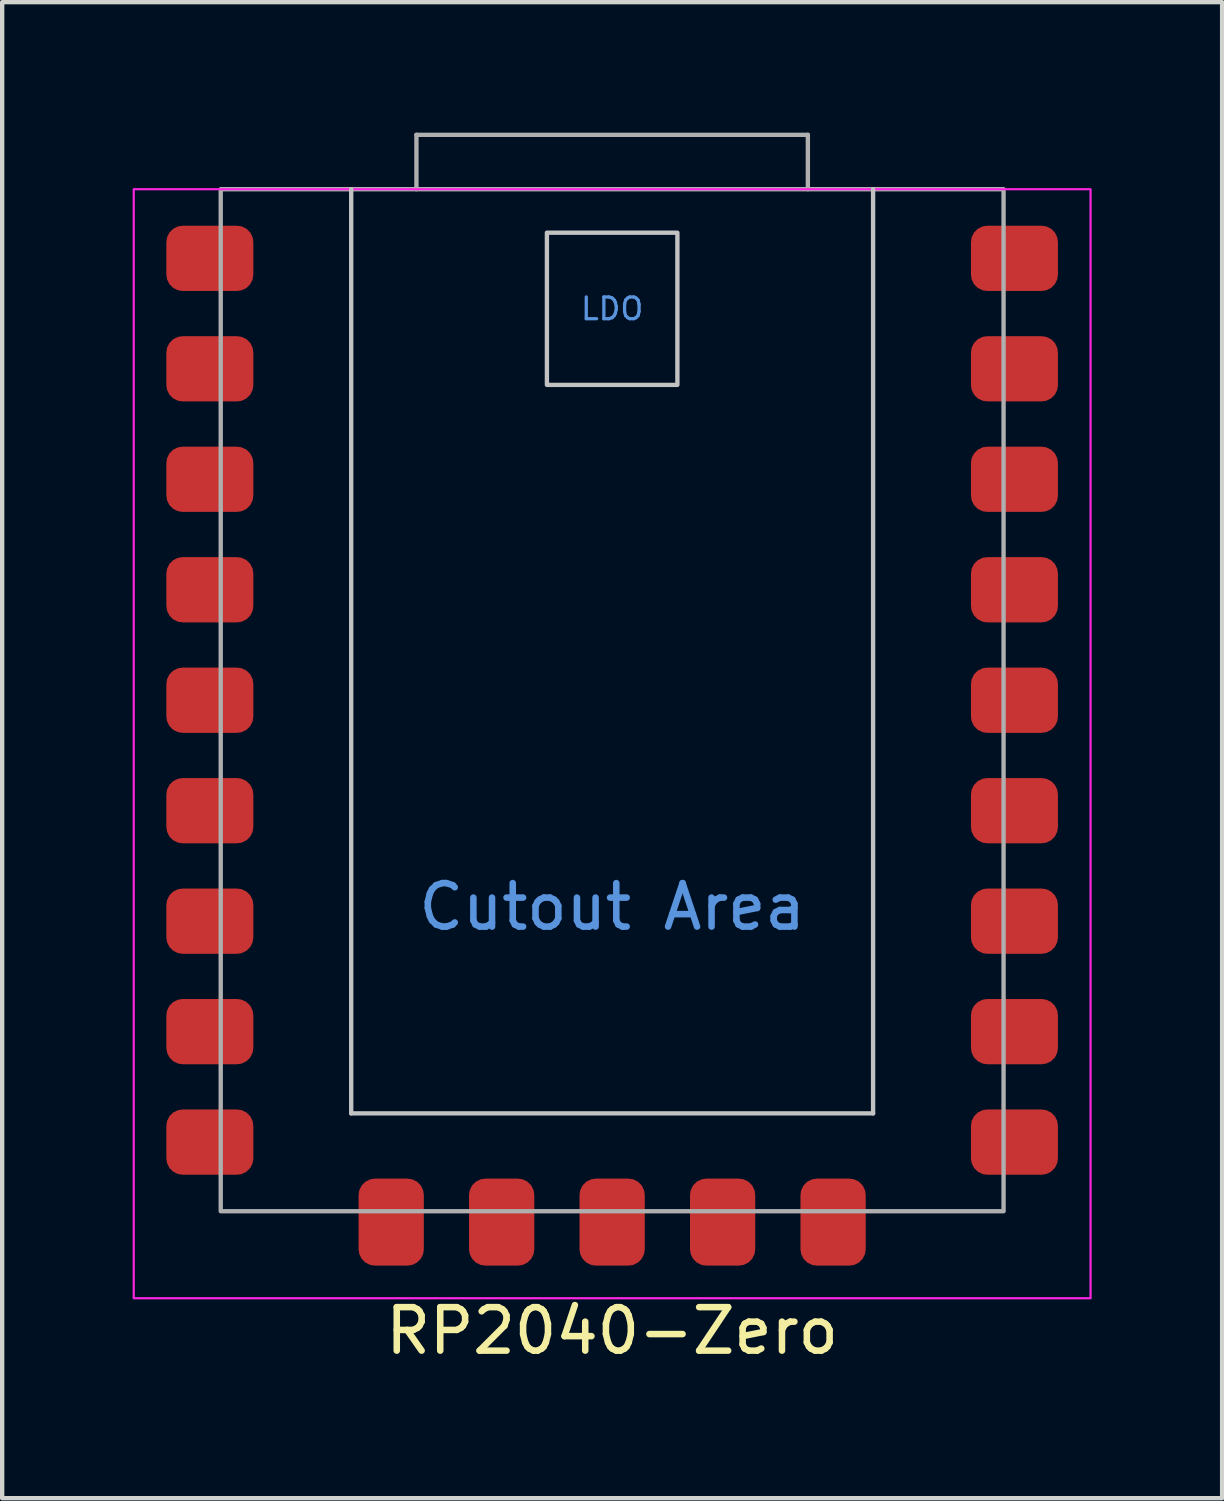
<source format=kicad_pcb>
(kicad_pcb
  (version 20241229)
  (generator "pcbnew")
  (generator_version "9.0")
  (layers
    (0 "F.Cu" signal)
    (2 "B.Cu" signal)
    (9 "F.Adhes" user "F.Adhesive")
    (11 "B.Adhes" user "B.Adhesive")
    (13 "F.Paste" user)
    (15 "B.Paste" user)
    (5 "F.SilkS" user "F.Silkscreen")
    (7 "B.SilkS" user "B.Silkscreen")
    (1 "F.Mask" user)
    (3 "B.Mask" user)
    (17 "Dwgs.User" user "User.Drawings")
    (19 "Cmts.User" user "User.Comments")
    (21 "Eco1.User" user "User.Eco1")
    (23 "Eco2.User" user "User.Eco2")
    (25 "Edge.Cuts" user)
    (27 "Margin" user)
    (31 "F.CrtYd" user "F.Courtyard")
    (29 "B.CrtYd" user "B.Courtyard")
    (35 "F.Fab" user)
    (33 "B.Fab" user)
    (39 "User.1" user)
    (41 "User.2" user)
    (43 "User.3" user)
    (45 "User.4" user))
  (footprint "RP2040-Zero"
    (layer "F.Cu")
    (at 11.025 13.05)
    (property "Reference" "RP2040-Zero" (at 0 14.5 0) (layer "F.SilkS") (effects (font (size 1 1) (thickness 0.15))))
    (attr smd exclude_from_pos_files)
    (fp_line (start -6 -11.75) (end -6 9.5) (stroke (width 0.1) (type solid)) (layer "Dwgs.User"))
    (fp_line (start -6 9.5) (end 6 9.5) (stroke (width 0.1) (type solid)) (layer "Dwgs.User"))
    (fp_line (start 6 9.5) (end 6 -11.75) (stroke (width 0.1) (type solid)) (layer "Dwgs.User"))
    (fp_rect (start -1.5 -10.75) (end 1.5 -7.25) (stroke (width 0.1) (type default)) (fill no) (layer "Dwgs.User"))
    (fp_rect (start -11 -11.75) (end 11 13.75) (stroke (width 0.05) (type default)) (fill no) (layer "F.CrtYd"))
    (fp_line (start -4.5 -13) (end 4.5 -13) (stroke (width 0.1) (type default)) (layer "F.Fab"))
    (fp_line (start -4.5 -11.75) (end -4.5 -13) (stroke (width 0.1) (type default)) (layer "F.Fab"))
    (fp_line (start 4.5 -13) (end 4.5 -11.75) (stroke (width 0.1) (type default)) (layer "F.Fab"))
    (fp_rect (start -9 -11.75) (end 9 11.75) (stroke (width 0.1) (type solid)) (fill no) (layer "F.Fab"))
    (fp_text user "Cutout Area" (at 0 4.75 0) (unlocked yes) (layer "Cmts.User") (effects (font (size 1 1) (thickness 0.15))))
    (fp_text user "LDO" (at 0 -9 0) (unlocked yes) (layer "Cmts.User") (effects (font (size 0.5 0.5) (thickness 0.075))))
    (pad "1" smd roundrect (at -9 -10.16 180) (size 2 1.5) (drill (offset 0.25 0)) (layers "F.Cu" "F.Mask" "F.Paste") (roundrect_rratio 0.25))
    (pad "2" smd roundrect (at -9 -7.62 180) (size 2 1.5) (drill (offset 0.25 0)) (layers "F.Cu" "F.Mask" "F.Paste") (roundrect_rratio 0.25))
    (pad "3" smd roundrect (at -9 -5.08 180) (size 2 1.5) (drill (offset 0.25 0)) (layers "F.Cu" "F.Mask" "F.Paste") (roundrect_rratio 0.25))
    (pad "4" smd roundrect (at -9 -2.54 180) (size 2 1.5) (drill (offset 0.25 0)) (layers "F.Cu" "F.Mask" "F.Paste") (roundrect_rratio 0.25))
    (pad "5" smd roundrect (at -9 0 180) (size 2 1.5) (drill (offset 0.25 0)) (layers "F.Cu" "F.Mask" "F.Paste") (roundrect_rratio 0.25))
    (pad "6" smd roundrect (at -9 2.54 180) (size 2 1.5) (drill (offset 0.25 0)) (layers "F.Cu" "F.Mask" "F.Paste") (roundrect_rratio 0.25))
    (pad "7" smd roundrect (at -9 5.08 180) (size 2 1.5) (drill (offset 0.25 0)) (layers "F.Cu" "F.Mask" "F.Paste") (roundrect_rratio 0.25))
    (pad "8" smd roundrect (at -9 7.62 180) (size 2 1.5) (drill (offset 0.25 0)) (layers "F.Cu" "F.Mask" "F.Paste") (roundrect_rratio 0.25))
    (pad "9" smd roundrect (at -9 10.16 180) (size 2 1.5) (drill (offset 0.25 0)) (layers "F.Cu" "F.Mask" "F.Paste") (roundrect_rratio 0.25))
    (pad "10" smd roundrect (at -5.08 11.75 270) (size 2 1.5) (drill (offset 0.25 0)) (layers "F.Cu" "F.Mask" "F.Paste") (roundrect_rratio 0.25))
    (pad "11" smd roundrect (at -2.54 11.75 270) (size 2 1.5) (drill (offset 0.25 0)) (layers "F.Cu" "F.Mask" "F.Paste") (roundrect_rratio 0.25))
    (pad "12" smd roundrect (at 0 11.75 270) (size 2 1.5) (drill (offset 0.25 0)) (layers "F.Cu" "F.Mask" "F.Paste") (roundrect_rratio 0.25))
    (pad "13" smd roundrect (at 2.54 11.75 270) (size 2 1.5) (drill (offset 0.25 0)) (layers "F.Cu" "F.Mask" "F.Paste") (roundrect_rratio 0.25))
    (pad "14" smd roundrect (at 5.08 11.75 270) (size 2 1.5) (drill (offset 0.25 0)) (layers "F.Cu" "F.Mask" "F.Paste") (roundrect_rratio 0.25))
    (pad "15" smd roundrect (at 9 10.16 180) (size 2 1.5) (drill (offset -0.25 0)) (layers "F.Cu" "F.Mask" "F.Paste") (roundrect_rratio 0.25))
    (pad "16" smd roundrect (at 9 7.62 180) (size 2 1.5) (drill (offset -0.25 0)) (layers "F.Cu" "F.Mask" "F.Paste") (roundrect_rratio 0.25))
    (pad "17" smd roundrect (at 9 5.08 180) (size 2 1.5) (drill (offset -0.25 0)) (layers "F.Cu" "F.Mask" "F.Paste") (roundrect_rratio 0.25))
    (pad "18" smd roundrect (at 9 2.54 180) (size 2 1.5) (drill (offset -0.25 0)) (layers "F.Cu" "F.Mask" "F.Paste") (roundrect_rratio 0.25))
    (pad "19" smd roundrect (at 9 0 180) (size 2 1.5) (drill (offset -0.25 0)) (layers "F.Cu" "F.Mask" "F.Paste") (roundrect_rratio 0.25))
    (pad "20" smd roundrect (at 9 -2.54 180) (size 2 1.5) (drill (offset -0.25 0)) (layers "F.Cu" "F.Mask" "F.Paste") (roundrect_rratio 0.25))
    (pad "21" smd roundrect (at 9 -5.08 180) (size 2 1.5) (drill (offset -0.25 0)) (layers "F.Cu" "F.Mask" "F.Paste") (roundrect_rratio 0.25))
    (pad "22" smd roundrect (at 9 -7.62 180) (size 2 1.5) (drill (offset -0.25 0)) (layers "F.Cu" "F.Mask" "F.Paste") (roundrect_rratio 0.25))
    (pad "23" smd roundrect (at 9 -10.16 180) (size 2 1.5) (drill (offset -0.25 0)) (layers "F.Cu" "F.Mask" "F.Paste") (roundrect_rratio 0.25)))
  (gr_rect
    (start -3 -3)
    (end 25.05 31.398)
    (stroke (width 0.1) (type default))
    (fill no)
    (layer "Edge.Cuts")))
</source>
